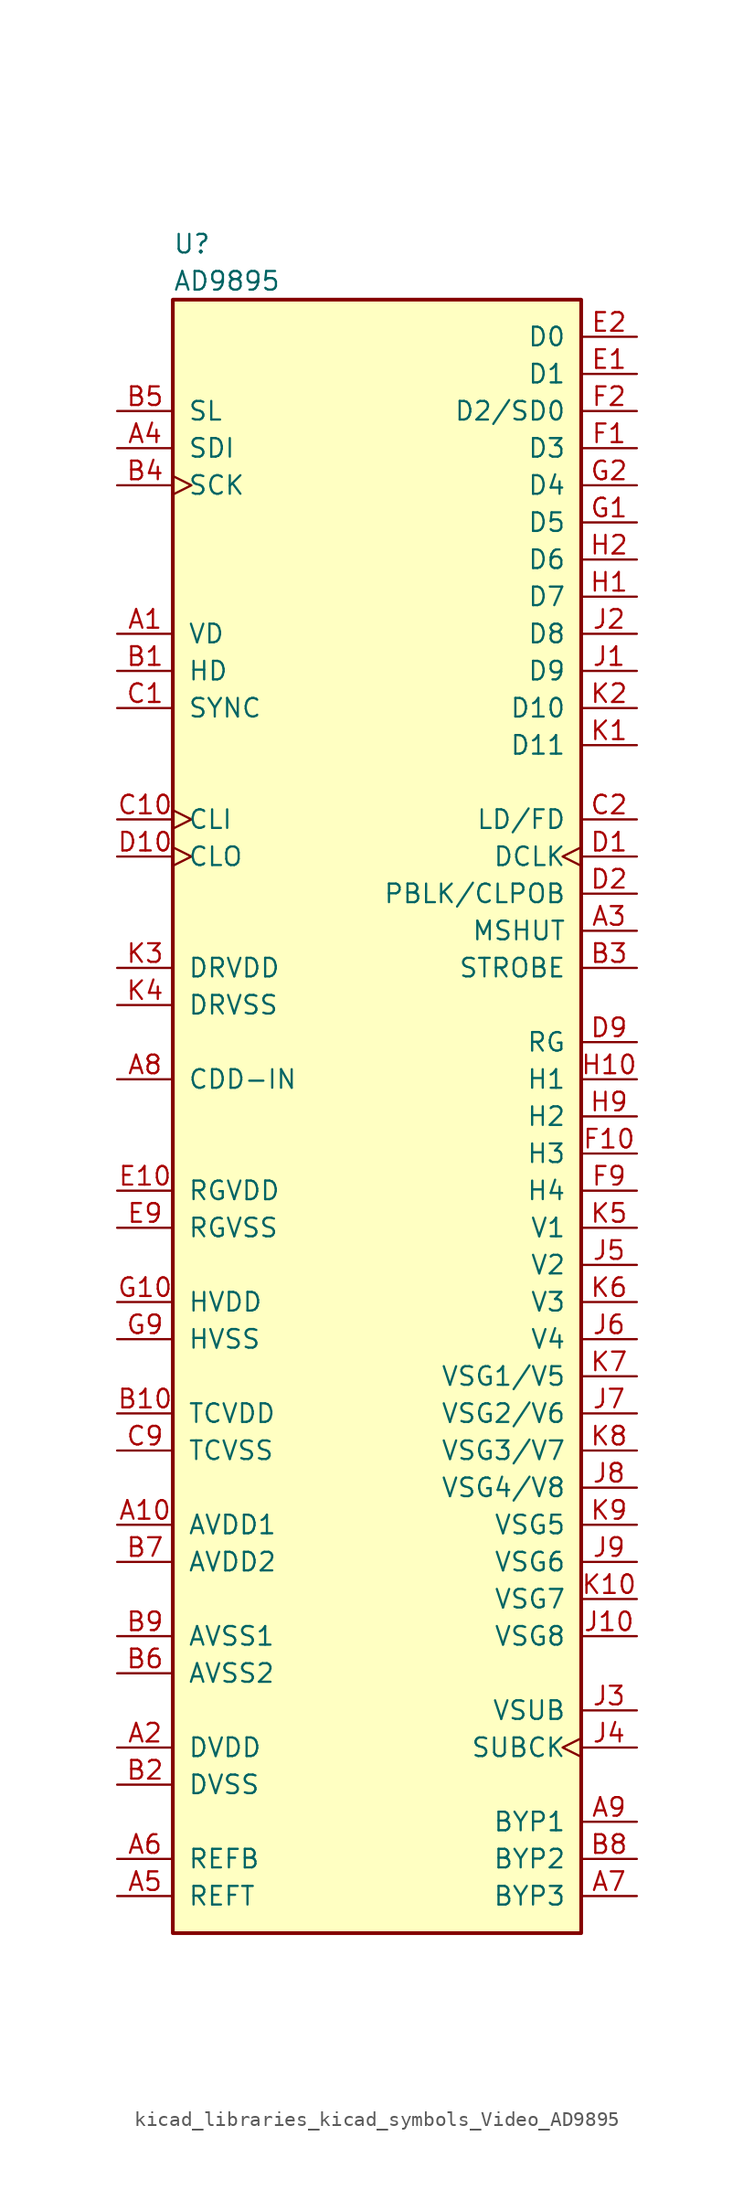
<source format=kicad_sym>
(kicad_symbol_lib
  (version 20220914)
  (generator kicad_symbol_editor)
  (symbol "kicad_libraries_kicad_symbols_Video_AD9895"
    (pin_names
      (offset 1.016))
    (property "Reference" "U"
      (at -13.97 59.69 0)
      (effects (font (size 1.27 1.27)) (justify left)))
    (property "Value" "AD9895"
      (at -13.97 57.15 0)
      (effects (font (size 1.27 1.27)) (justify left)))
    (symbol "kicad_libraries_kicad_symbols_Video_AD9895_0_1"
      (rectangle (start 13.97 -55.88) (end -13.97 55.88) (stroke (width 0.254) (type default)) (fill (type background))))
    (symbol "kicad_libraries_kicad_symbols_Video_AD9895_1_1"
      (pin bidirectional line (at -17.78 33.02 0) (length 3.81) (name "VD" (effects (font (size 1.27 1.27)))) (number "A1" (effects (font (size 1.27 1.27)))))
      (pin power_in line (at -17.78 -27.94 0) (length 3.81) (name "AVDD1" (effects (font (size 1.27 1.27)))) (number "A10" (effects (font (size 1.27 1.27)))))
      (pin power_in line (at -17.78 -43.18 0) (length 3.81) (name "DVDD" (effects (font (size 1.27 1.27)))) (number "A2" (effects (font (size 1.27 1.27)))))
      (pin output line (at 17.78 12.7 180) (length 3.81) (name "MSHUT" (effects (font (size 1.27 1.27)))) (number "A3" (effects (font (size 1.27 1.27)))))
      (pin input line (at -17.78 45.72 0) (length 3.81) (name "SDI" (effects (font (size 1.27 1.27)))) (number "A4" (effects (font (size 1.27 1.27)))))
      (pin output line (at -17.78 -53.34 0) (length 3.81) (name "REFT" (effects (font (size 1.27 1.27)))) (number "A5" (effects (font (size 1.27 1.27)))))
      (pin output line (at -17.78 -50.8 0) (length 3.81) (name "REFB" (effects (font (size 1.27 1.27)))) (number "A6" (effects (font (size 1.27 1.27)))))
      (pin output line (at 17.78 -53.34 180) (length 3.81) (name "BYP3" (effects (font (size 1.27 1.27)))) (number "A7" (effects (font (size 1.27 1.27)))))
      (pin input line (at -17.78 2.54 0) (length 3.81) (name "CDD-IN" (effects (font (size 1.27 1.27)))) (number "A8" (effects (font (size 1.27 1.27)))))
      (pin output line (at 17.78 -48.26 180) (length 3.81) (name "BYP1" (effects (font (size 1.27 1.27)))) (number "A9" (effects (font (size 1.27 1.27)))))
      (pin bidirectional line (at -17.78 30.48 0) (length 3.81) (name "HD" (effects (font (size 1.27 1.27)))) (number "B1" (effects (font (size 1.27 1.27)))))
      (pin power_in line (at -17.78 -20.32 0) (length 3.81) (name "TCVDD" (effects (font (size 1.27 1.27)))) (number "B10" (effects (font (size 1.27 1.27)))))
      (pin power_in line (at -17.78 -45.72 0) (length 3.81) (name "DVSS" (effects (font (size 1.27 1.27)))) (number "B2" (effects (font (size 1.27 1.27)))))
      (pin output line (at 17.78 10.16 180) (length 3.81) (name "STROBE" (effects (font (size 1.27 1.27)))) (number "B3" (effects (font (size 1.27 1.27)))))
      (pin input clock (at -17.78 43.18 0) (length 3.81) (name "SCK" (effects (font (size 1.27 1.27)))) (number "B4" (effects (font (size 1.27 1.27)))))
      (pin input line (at -17.78 48.26 0) (length 3.81) (name "SL" (effects (font (size 1.27 1.27)))) (number "B5" (effects (font (size 1.27 1.27)))))
      (pin power_in line (at -17.78 -38.1 0) (length 3.81) (name "AVSS2" (effects (font (size 1.27 1.27)))) (number "B6" (effects (font (size 1.27 1.27)))))
      (pin power_in line (at -17.78 -30.48 0) (length 3.81) (name "AVDD2" (effects (font (size 1.27 1.27)))) (number "B7" (effects (font (size 1.27 1.27)))))
      (pin output line (at 17.78 -50.8 180) (length 3.81) (name "BYP2" (effects (font (size 1.27 1.27)))) (number "B8" (effects (font (size 1.27 1.27)))))
      (pin power_in line (at -17.78 -35.56 0) (length 3.81) (name "AVSS1" (effects (font (size 1.27 1.27)))) (number "B9" (effects (font (size 1.27 1.27)))))
      (pin input line (at -17.78 27.94 0) (length 3.81) (name "SYNC" (effects (font (size 1.27 1.27)))) (number "C1" (effects (font (size 1.27 1.27)))))
      (pin input clock (at -17.78 20.32 0) (length 3.81) (name "CLI" (effects (font (size 1.27 1.27)))) (number "C10" (effects (font (size 1.27 1.27)))))
      (pin output line (at 17.78 20.32 180) (length 3.81) (name "LD/FD" (effects (font (size 1.27 1.27)))) (number "C2" (effects (font (size 1.27 1.27)))))
      (pin power_in line (at -17.78 -22.86 0) (length 3.81) (name "TCVSS" (effects (font (size 1.27 1.27)))) (number "C9" (effects (font (size 1.27 1.27)))))
      (pin output clock (at 17.78 17.78 180) (length 3.81) (name "DCLK" (effects (font (size 1.27 1.27)))) (number "D1" (effects (font (size 1.27 1.27)))))
      (pin output clock (at -17.78 17.78 0) (length 3.81) (name "CLO" (effects (font (size 1.27 1.27)))) (number "D10" (effects (font (size 1.27 1.27)))))
      (pin output line (at 17.78 15.24 180) (length 3.81) (name "PBLK/CLPOB" (effects (font (size 1.27 1.27)))) (number "D2" (effects (font (size 1.27 1.27)))))
      (pin output line (at 17.78 5.08 180) (length 3.81) (name "RG" (effects (font (size 1.27 1.27)))) (number "D9" (effects (font (size 1.27 1.27)))))
      (pin output line (at 17.78 50.8 180) (length 3.81) (name "D1" (effects (font (size 1.27 1.27)))) (number "E1" (effects (font (size 1.27 1.27)))))
      (pin power_in line (at -17.78 -5.08 0) (length 3.81) (name "RGVDD" (effects (font (size 1.27 1.27)))) (number "E10" (effects (font (size 1.27 1.27)))))
      (pin output line (at 17.78 53.34 180) (length 3.81) (name "D0" (effects (font (size 1.27 1.27)))) (number "E2" (effects (font (size 1.27 1.27)))))
      (pin power_in line (at -17.78 -7.62 0) (length 3.81) (name "RGVSS" (effects (font (size 1.27 1.27)))) (number "E9" (effects (font (size 1.27 1.27)))))
      (pin output line (at 17.78 45.72 180) (length 3.81) (name "D3" (effects (font (size 1.27 1.27)))) (number "F1" (effects (font (size 1.27 1.27)))))
      (pin output line (at 17.78 -2.54 180) (length 3.81) (name "H3" (effects (font (size 1.27 1.27)))) (number "F10" (effects (font (size 1.27 1.27)))))
      (pin output line (at 17.78 48.26 180) (length 3.81) (name "D2/SD0" (effects (font (size 1.27 1.27)))) (number "F2" (effects (font (size 1.27 1.27)))))
      (pin output line (at 17.78 -5.08 180) (length 3.81) (name "H4" (effects (font (size 1.27 1.27)))) (number "F9" (effects (font (size 1.27 1.27)))))
      (pin output line (at 17.78 40.64 180) (length 3.81) (name "D5" (effects (font (size 1.27 1.27)))) (number "G1" (effects (font (size 1.27 1.27)))))
      (pin power_in line (at -17.78 -12.7 0) (length 3.81) (name "HVDD" (effects (font (size 1.27 1.27)))) (number "G10" (effects (font (size 1.27 1.27)))))
      (pin output line (at 17.78 43.18 180) (length 3.81) (name "D4" (effects (font (size 1.27 1.27)))) (number "G2" (effects (font (size 1.27 1.27)))))
      (pin power_in line (at -17.78 -15.24 0) (length 3.81) (name "HVSS" (effects (font (size 1.27 1.27)))) (number "G9" (effects (font (size 1.27 1.27)))))
      (pin output line (at 17.78 35.56 180) (length 3.81) (name "D7" (effects (font (size 1.27 1.27)))) (number "H1" (effects (font (size 1.27 1.27)))))
      (pin output line (at 17.78 2.54 180) (length 3.81) (name "H1" (effects (font (size 1.27 1.27)))) (number "H10" (effects (font (size 1.27 1.27)))))
      (pin output line (at 17.78 38.1 180) (length 3.81) (name "D6" (effects (font (size 1.27 1.27)))) (number "H2" (effects (font (size 1.27 1.27)))))
      (pin output line (at 17.78 0 180) (length 3.81) (name "H2" (effects (font (size 1.27 1.27)))) (number "H9" (effects (font (size 1.27 1.27)))))
      (pin output line (at 17.78 30.48 180) (length 3.81) (name "D9" (effects (font (size 1.27 1.27)))) (number "J1" (effects (font (size 1.27 1.27)))))
      (pin output line (at 17.78 -35.56 180) (length 3.81) (name "VSG8" (effects (font (size 1.27 1.27)))) (number "J10" (effects (font (size 1.27 1.27)))))
      (pin output line (at 17.78 33.02 180) (length 3.81) (name "D8" (effects (font (size 1.27 1.27)))) (number "J2" (effects (font (size 1.27 1.27)))))
      (pin output line (at 17.78 -40.64 180) (length 3.81) (name "VSUB" (effects (font (size 1.27 1.27)))) (number "J3" (effects (font (size 1.27 1.27)))))
      (pin output clock (at 17.78 -43.18 180) (length 3.81) (name "SUBCK" (effects (font (size 1.27 1.27)))) (number "J4" (effects (font (size 1.27 1.27)))))
      (pin output line (at 17.78 -10.16 180) (length 3.81) (name "V2" (effects (font (size 1.27 1.27)))) (number "J5" (effects (font (size 1.27 1.27)))))
      (pin output line (at 17.78 -15.24 180) (length 3.81) (name "V4" (effects (font (size 1.27 1.27)))) (number "J6" (effects (font (size 1.27 1.27)))))
      (pin output line (at 17.78 -20.32 180) (length 3.81) (name "VSG2/V6" (effects (font (size 1.27 1.27)))) (number "J7" (effects (font (size 1.27 1.27)))))
      (pin output line (at 17.78 -25.4 180) (length 3.81) (name "VSG4/V8" (effects (font (size 1.27 1.27)))) (number "J8" (effects (font (size 1.27 1.27)))))
      (pin output line (at 17.78 -30.48 180) (length 3.81) (name "VSG6" (effects (font (size 1.27 1.27)))) (number "J9" (effects (font (size 1.27 1.27)))))
      (pin input line (at 17.78 25.4 180) (length 3.81) (name "D11" (effects (font (size 1.27 1.27)))) (number "K1" (effects (font (size 1.27 1.27)))))
      (pin output line (at 17.78 -33.02 180) (length 3.81) (name "VSG7" (effects (font (size 1.27 1.27)))) (number "K10" (effects (font (size 1.27 1.27)))))
      (pin output line (at 17.78 27.94 180) (length 3.81) (name "D10" (effects (font (size 1.27 1.27)))) (number "K2" (effects (font (size 1.27 1.27)))))
      (pin power_out line (at -17.78 10.16 0) (length 3.81) (name "DRVDD" (effects (font (size 1.27 1.27)))) (number "K3" (effects (font (size 1.27 1.27)))))
      (pin power_out line (at -17.78 7.62 0) (length 3.81) (name "DRVSS" (effects (font (size 1.27 1.27)))) (number "K4" (effects (font (size 1.27 1.27)))))
      (pin output line (at 17.78 -7.62 180) (length 3.81) (name "V1" (effects (font (size 1.27 1.27)))) (number "K5" (effects (font (size 1.27 1.27)))))
      (pin output line (at 17.78 -12.7 180) (length 3.81) (name "V3" (effects (font (size 1.27 1.27)))) (number "K6" (effects (font (size 1.27 1.27)))))
      (pin output line (at 17.78 -17.78 180) (length 3.81) (name "VSG1/V5" (effects (font (size 1.27 1.27)))) (number "K7" (effects (font (size 1.27 1.27)))))
      (pin output line (at 17.78 -22.86 180) (length 3.81) (name "VSG3/V7" (effects (font (size 1.27 1.27)))) (number "K8" (effects (font (size 1.27 1.27)))))
      (pin output line (at 17.78 -27.94 180) (length 3.81) (name "VSG5" (effects (font (size 1.27 1.27)))) (number "K9" (effects (font (size 1.27 1.27))))))))
</source>
